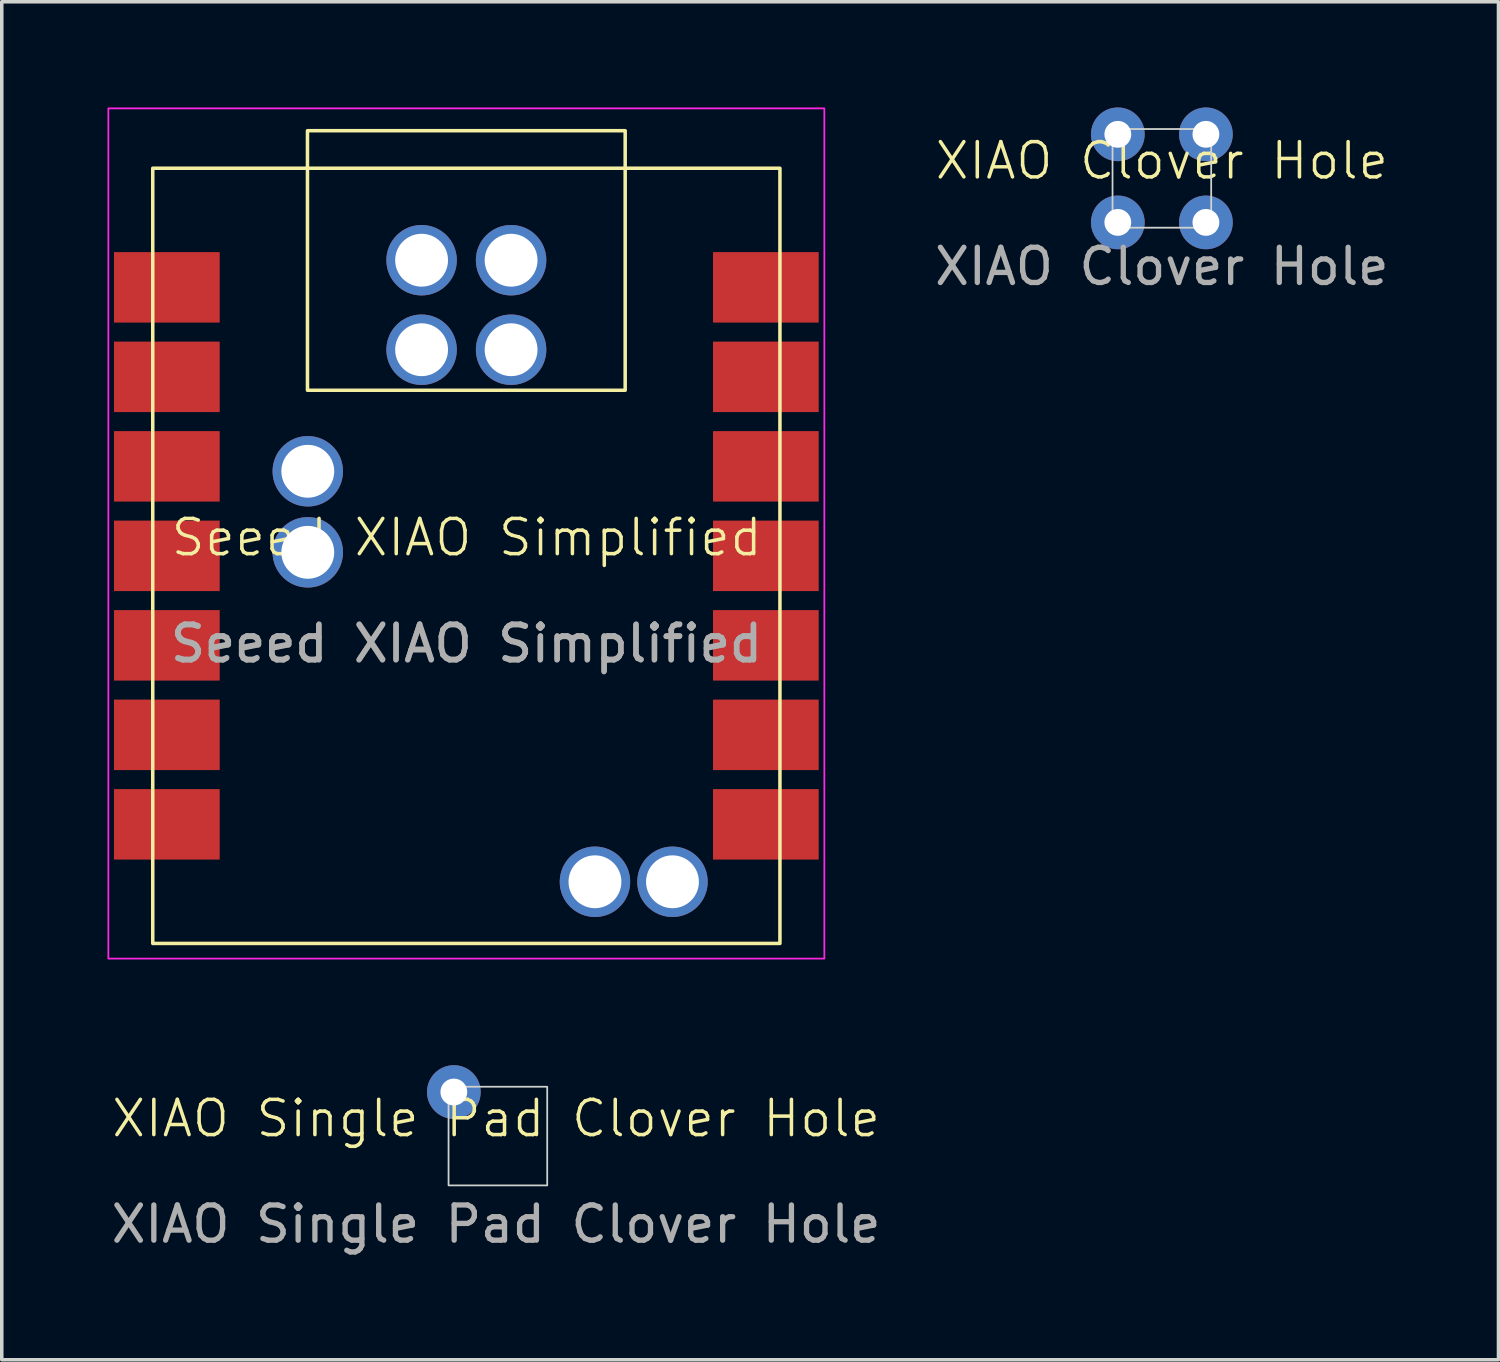
<source format=kicad_pcb>
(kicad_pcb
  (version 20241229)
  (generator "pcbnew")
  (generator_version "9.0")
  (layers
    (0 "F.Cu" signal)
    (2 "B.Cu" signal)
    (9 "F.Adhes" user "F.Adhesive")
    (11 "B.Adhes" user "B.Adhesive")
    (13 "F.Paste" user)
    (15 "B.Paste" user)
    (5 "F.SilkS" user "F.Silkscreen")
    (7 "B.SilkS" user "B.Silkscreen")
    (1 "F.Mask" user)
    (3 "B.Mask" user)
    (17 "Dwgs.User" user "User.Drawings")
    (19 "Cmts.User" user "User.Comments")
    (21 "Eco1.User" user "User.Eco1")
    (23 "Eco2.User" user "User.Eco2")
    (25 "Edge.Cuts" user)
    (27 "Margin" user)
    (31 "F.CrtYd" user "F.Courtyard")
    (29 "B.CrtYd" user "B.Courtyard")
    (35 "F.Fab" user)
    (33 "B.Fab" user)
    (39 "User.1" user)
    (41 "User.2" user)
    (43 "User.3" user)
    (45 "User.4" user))
  (footprint "XIAO Single Pad Clover Hole"
    (layer "F.Cu")
    (at 11.03 29.192)
    (property "Reference" "XIAO Single Pad Clover Hole" (at 0 -0.5 0) (unlocked yes) (layer "F.SilkS") (effects (font (size 1 1) (thickness 0.1))))
    (attr through_hole)
    (fp_rect (start -1.35 -1.4) (end 1.45 1.4) (stroke (width 0.05) (type default)) (fill no) (layer "Edge.Cuts"))
    (fp_text user "${REFERENCE}" (at 0 2.5 0) (unlocked yes) (layer "F.Fab") (effects (font (size 1 1) (thickness 0.15))))
    (pad "1" thru_hole circle (at -1.2 -1.25) (size 1.524 1.524) (drill 0.762) (layers "*.Cu" "*.Mask")))
  (footprint "Seeed XIAO Simplified"
    (layer "F.Cu")
    (at 10.195 12.705)
    (property "Reference" "Seeed XIAO Simplified" (at 0 -0.5 0) (unlocked yes) (layer "F.SilkS") (effects (font (size 1 1) (thickness 0.1))))
    (attr through_hole)
    (fp_rect (start -8.91 -10.98) (end 8.89 11.02) (stroke (width 0.1) (type default)) (fill no) (layer "F.SilkS"))
    (fp_rect (start -4.519 -12.045) (end 4.498 -4.679) (stroke (width 0.1) (type default)) (fill no) (layer "F.SilkS"))
    (fp_rect (start -10.17 -12.68) (end 10.15 11.45) (stroke (width 0.05) (type default)) (fill no) (layer "F.CrtYd"))
    (fp_text user "${REFERENCE}" (at -0.01 2.52 0) (unlocked yes) (layer "F.Fab") (effects (font (size 1 1) (thickness 0.15))))
    (fp_text user "${REFERENCE}" (at 0 2.5 0) (unlocked yes) (layer "F.Fab") (effects (font (size 1 1) (thickness 0.15))))
    (pad "1" smd rect (at -8.51 -7.6) (size 3 2) (layers "F.Cu" "F.Mask" "F.Paste"))
    (pad "2" smd rect (at -8.51 -5.06) (size 3 2) (layers "F.Cu" "F.Mask" "F.Paste"))
    (pad "3" smd rect (at -8.51 -2.52) (size 3 2) (layers "F.Cu" "F.Mask" "F.Paste"))
    (pad "4" smd rect (at -8.51 0.02) (size 3 2) (layers "F.Cu" "F.Mask" "F.Paste"))
    (pad "5" smd rect (at -8.51 2.56) (size 3 2) (layers "F.Cu" "F.Mask" "F.Paste"))
    (pad "6" smd rect (at -8.51 5.1) (size 3 2) (layers "F.Cu" "F.Mask" "F.Paste"))
    (pad "7" smd rect (at -8.51 7.64) (size 3 2) (layers "F.Cu" "F.Mask" "F.Paste"))
    (pad "8" smd rect (at 8.49 7.64) (size 3 2) (layers "F.Cu" "F.Mask" "F.Paste"))
    (pad "9" smd rect (at 8.49 5.1) (size 3 2) (layers "F.Cu" "F.Mask" "F.Paste"))
    (pad "10" smd rect (at 8.49 2.56) (size 3 2) (layers "F.Cu" "F.Mask" "F.Paste"))
    (pad "11" smd rect (at 8.49 0.02) (size 3 2) (layers "F.Cu" "F.Mask" "F.Paste"))
    (pad "12" smd rect (at 8.49 -2.52) (size 3 2) (layers "F.Cu" "F.Mask" "F.Paste"))
    (pad "13" smd rect (at 8.49 -5.06) (size 3 2) (layers "F.Cu" "F.Mask" "F.Paste"))
    (pad "14" smd rect (at 8.49 -7.6) (size 3 2) (layers "F.Cu" "F.Mask" "F.Paste"))
    (pad "15" thru_hole circle (at -1.28 -8.37) (size 2 2) (drill 1.5) (layers "*.Cu" "*.Mask"))
    (pad "16" thru_hole circle (at 1.26 -8.37) (size 2 2) (drill 1.5) (layers "*.Cu" "*.Mask"))
    (pad "17" thru_hole circle (at -1.28 -5.83) (size 2 2) (drill 1.5) (layers "*.Cu" "*.Mask"))
    (pad "18" thru_hole circle (at 1.26 -5.83) (size 2 2) (drill 1.5) (layers "*.Cu" "*.Mask"))
    (pad "19" thru_hole circle (at 3.64 9.27) (size 2 2) (drill 1.5) (layers "*.Cu" "*.Mask"))
    (pad "20" thru_hole circle (at 5.84 9.27) (size 2 2) (drill 1.5) (layers "*.Cu" "*.Mask"))
    (pad "21" thru_hole circle (at -4.51 -2.38) (size 2 2) (drill 1.5) (layers "*.Cu" "*.Mask"))
    (pad "22" thru_hole circle (at -4.51 -0.08) (size 2 2) (drill 1.5) (layers "*.Cu" "*.Mask")))
  (footprint "XIAO Clover Hole"
    (layer "F.Cu")
    (at 29.924 2.012)
    (property "Reference" "XIAO Clover Hole" (at 0 -0.5 0) (unlocked yes) (layer "F.SilkS") (effects (font (size 1 1) (thickness 0.1))))
    (attr through_hole)
    (fp_rect (start -1.4 -1.4) (end 1.4 1.4) (stroke (width 0.05) (type default)) (fill no) (layer "Edge.Cuts"))
    (fp_text user "${REFERENCE}" (at 0 2.5 0) (unlocked yes) (layer "F.Fab") (effects (font (size 1 1) (thickness 0.15))))
    (pad "1" thru_hole circle (at -1.25 -1.25) (size 1.524 1.524) (drill 0.762) (layers "*.Cu" "*.Mask"))
    (pad "2" thru_hole circle (at 1.25 -1.25) (size 1.524 1.524) (drill 0.762) (layers "*.Cu" "*.Mask"))
    (pad "3" thru_hole circle (at 1.25 1.25) (size 1.524 1.524) (drill 0.762) (layers "*.Cu" "*.Mask"))
    (pad "4" thru_hole circle (at -1.25 1.25) (size 1.524 1.524) (drill 0.762) (layers "*.Cu" "*.Mask")))
  (gr_rect
    (start -3 -3)
    (end 39.477 35.54)
    (stroke (width 0.1) (type default))
    (fill no)
    (layer "Edge.Cuts")))
</source>
